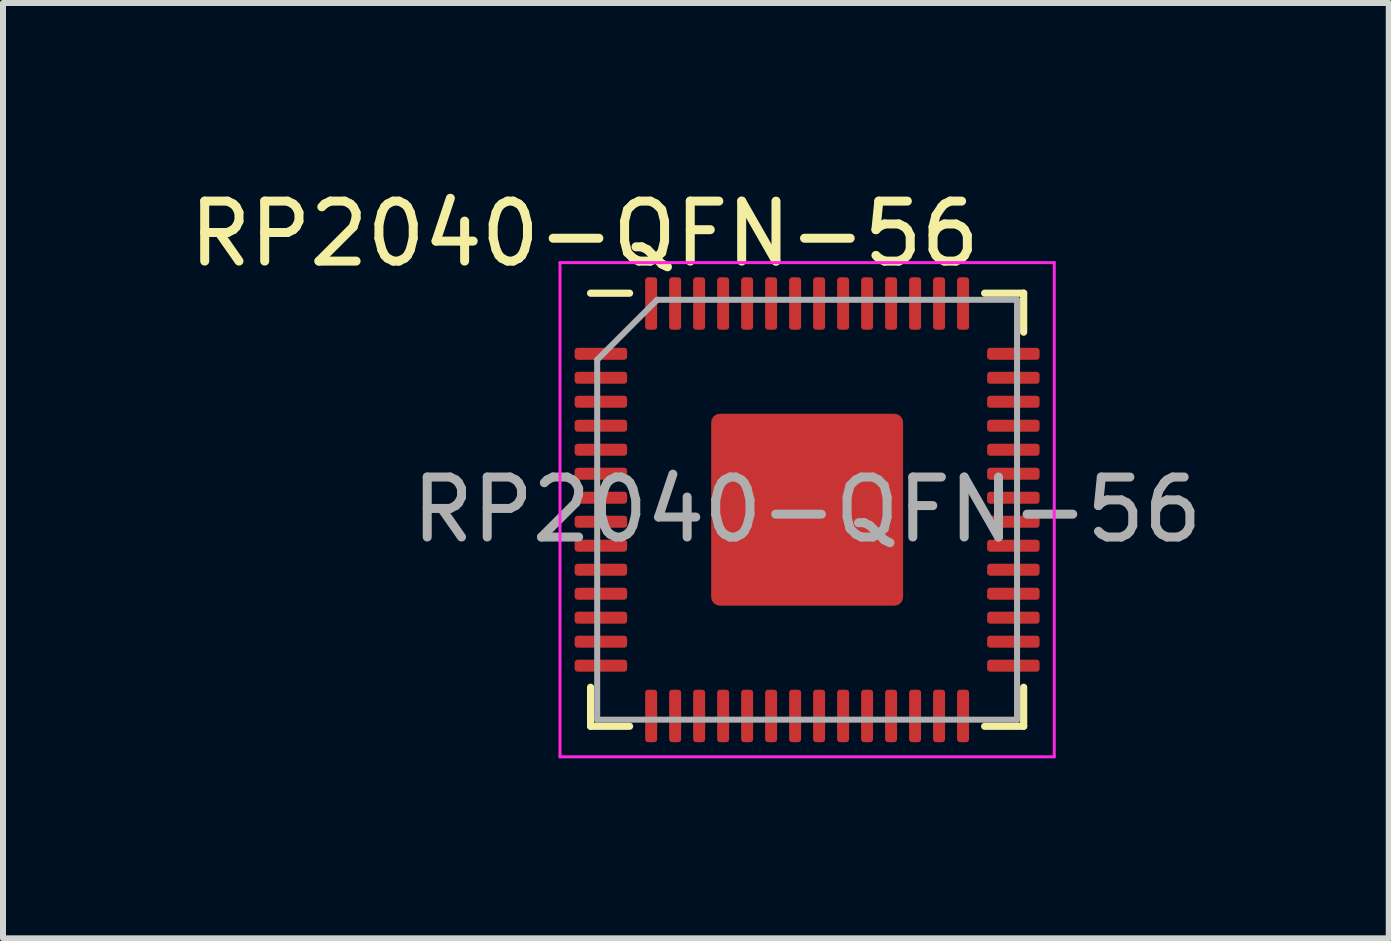
<source format=kicad_pcb>
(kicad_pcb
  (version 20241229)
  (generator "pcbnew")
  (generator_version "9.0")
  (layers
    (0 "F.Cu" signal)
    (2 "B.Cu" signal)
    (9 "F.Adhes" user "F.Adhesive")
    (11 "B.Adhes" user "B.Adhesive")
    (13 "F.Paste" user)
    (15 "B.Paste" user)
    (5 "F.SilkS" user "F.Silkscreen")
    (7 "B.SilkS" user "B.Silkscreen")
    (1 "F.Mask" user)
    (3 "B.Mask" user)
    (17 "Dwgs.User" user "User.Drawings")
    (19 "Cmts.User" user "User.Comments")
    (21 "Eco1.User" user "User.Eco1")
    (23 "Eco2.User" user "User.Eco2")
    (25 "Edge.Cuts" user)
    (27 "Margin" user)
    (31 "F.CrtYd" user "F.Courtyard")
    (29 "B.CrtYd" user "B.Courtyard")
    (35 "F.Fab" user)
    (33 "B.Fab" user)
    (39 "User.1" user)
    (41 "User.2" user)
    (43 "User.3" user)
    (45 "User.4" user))
  (footprint "RP2040-QFN-56"
    (layer "F.Cu")
    (at 10.406 5.448)
    (property "Reference" "RP2040-QFN-56" (at -3.71 -4.6 0) (layer "F.SilkS") (effects (font (size 1 1) (thickness 0.15))))
    (attr smd)
    (fp_line (start -3.61 3.61) (end -3.61 2.96) (stroke (width 0.12) (type solid)) (layer "F.SilkS"))
    (fp_line (start -2.96 -3.61) (end -3.61 -3.61) (stroke (width 0.12) (type solid)) (layer "F.SilkS"))
    (fp_line (start -2.96 3.61) (end -3.61 3.61) (stroke (width 0.12) (type solid)) (layer "F.SilkS"))
    (fp_line (start 2.96 -3.61) (end 3.61 -3.61) (stroke (width 0.12) (type solid)) (layer "F.SilkS"))
    (fp_line (start 2.96 3.61) (end 3.61 3.61) (stroke (width 0.12) (type solid)) (layer "F.SilkS"))
    (fp_line (start 3.61 -3.61) (end 3.61 -2.96) (stroke (width 0.12) (type solid)) (layer "F.SilkS"))
    (fp_line (start 3.61 3.61) (end 3.61 2.96) (stroke (width 0.12) (type solid)) (layer "F.SilkS"))
    (fp_line (start -4.12 -4.12) (end -4.12 4.12) (stroke (width 0.05) (type solid)) (layer "F.CrtYd"))
    (fp_line (start -4.12 4.12) (end 4.12 4.12) (stroke (width 0.05) (type solid)) (layer "F.CrtYd"))
    (fp_line (start 4.12 -4.12) (end -4.12 -4.12) (stroke (width 0.05) (type solid)) (layer "F.CrtYd"))
    (fp_line (start 4.12 4.12) (end 4.12 -4.12) (stroke (width 0.05) (type solid)) (layer "F.CrtYd"))
    (fp_line (start -3.5 -2.5) (end -2.5 -3.5) (stroke (width 0.1) (type solid)) (layer "F.Fab"))
    (fp_line (start -3.5 3.5) (end -3.5 -2.5) (stroke (width 0.1) (type solid)) (layer "F.Fab"))
    (fp_line (start -2.5 -3.5) (end 3.5 -3.5) (stroke (width 0.1) (type solid)) (layer "F.Fab"))
    (fp_line (start 3.5 -3.5) (end 3.5 3.5) (stroke (width 0.1) (type solid)) (layer "F.Fab"))
    (fp_line (start 3.5 3.5) (end -3.5 3.5) (stroke (width 0.1) (type solid)) (layer "F.Fab"))
    (fp_text user "${REFERENCE}" (at 0 0 0) (layer "F.Fab") (effects (font (size 1 1) (thickness 0.15))))
    (pad "" smd roundrect (at -0.637 -0.637) (size 1.084 1.084) (layers "F.Paste") (roundrect_rratio 0.231))
    (pad "" smd roundrect (at -0.637 0.637) (size 1.084 1.084) (layers "F.Paste") (roundrect_rratio 0.231))
    (pad "" smd roundrect (at 0.637 -0.637) (size 1.084 1.084) (layers "F.Paste") (roundrect_rratio 0.231))
    (pad "" smd roundrect (at 0.637 0.637) (size 1.084 1.084) (layers "F.Paste") (roundrect_rratio 0.231))
    (pad "1" smd roundrect (at -3.438 -2.6) (size 0.875 0.2) (layers "F.Cu" "F.Mask" "F.Paste") (roundrect_rratio 0.25))
    (pad "2" smd roundrect (at -3.438 -2.2) (size 0.875 0.2) (layers "F.Cu" "F.Mask" "F.Paste") (roundrect_rratio 0.25))
    (pad "3" smd roundrect (at -3.438 -1.8) (size 0.875 0.2) (layers "F.Cu" "F.Mask" "F.Paste") (roundrect_rratio 0.25))
    (pad "4" smd roundrect (at -3.438 -1.4) (size 0.875 0.2) (layers "F.Cu" "F.Mask" "F.Paste") (roundrect_rratio 0.25))
    (pad "5" smd roundrect (at -3.438 -1) (size 0.875 0.2) (layers "F.Cu" "F.Mask" "F.Paste") (roundrect_rratio 0.25))
    (pad "6" smd roundrect (at -3.438 -0.6) (size 0.875 0.2) (layers "F.Cu" "F.Mask" "F.Paste") (roundrect_rratio 0.25))
    (pad "7" smd roundrect (at -3.438 -0.2) (size 0.875 0.2) (layers "F.Cu" "F.Mask" "F.Paste") (roundrect_rratio 0.25))
    (pad "8" smd roundrect (at -3.438 0.2) (size 0.875 0.2) (layers "F.Cu" "F.Mask" "F.Paste") (roundrect_rratio 0.25))
    (pad "9" smd roundrect (at -3.438 0.6) (size 0.875 0.2) (layers "F.Cu" "F.Mask" "F.Paste") (roundrect_rratio 0.25))
    (pad "10" smd roundrect (at -3.438 1) (size 0.875 0.2) (layers "F.Cu" "F.Mask" "F.Paste") (roundrect_rratio 0.25))
    (pad "11" smd roundrect (at -3.438 1.4) (size 0.875 0.2) (layers "F.Cu" "F.Mask" "F.Paste") (roundrect_rratio 0.25))
    (pad "12" smd roundrect (at -3.438 1.8) (size 0.875 0.2) (layers "F.Cu" "F.Mask" "F.Paste") (roundrect_rratio 0.25))
    (pad "13" smd roundrect (at -3.438 2.2) (size 0.875 0.2) (layers "F.Cu" "F.Mask" "F.Paste") (roundrect_rratio 0.25))
    (pad "14" smd roundrect (at -3.438 2.6) (size 0.875 0.2) (layers "F.Cu" "F.Mask" "F.Paste") (roundrect_rratio 0.25))
    (pad "15" smd roundrect (at -2.6 3.438) (size 0.2 0.875) (layers "F.Cu" "F.Mask" "F.Paste") (roundrect_rratio 0.25))
    (pad "16" smd roundrect (at -2.2 3.438) (size 0.2 0.875) (layers "F.Cu" "F.Mask" "F.Paste") (roundrect_rratio 0.25))
    (pad "17" smd roundrect (at -1.8 3.438) (size 0.2 0.875) (layers "F.Cu" "F.Mask" "F.Paste") (roundrect_rratio 0.25))
    (pad "18" smd roundrect (at -1.4 3.438) (size 0.2 0.875) (layers "F.Cu" "F.Mask" "F.Paste") (roundrect_rratio 0.25))
    (pad "19" smd roundrect (at -1 3.438) (size 0.2 0.875) (layers "F.Cu" "F.Mask" "F.Paste") (roundrect_rratio 0.25))
    (pad "20" smd roundrect (at -0.6 3.438) (size 0.2 0.875) (layers "F.Cu" "F.Mask" "F.Paste") (roundrect_rratio 0.25))
    (pad "21" smd roundrect (at -0.2 3.438) (size 0.2 0.875) (layers "F.Cu" "F.Mask" "F.Paste") (roundrect_rratio 0.25))
    (pad "22" smd roundrect (at 0.2 3.438) (size 0.2 0.875) (layers "F.Cu" "F.Mask" "F.Paste") (roundrect_rratio 0.25))
    (pad "23" smd roundrect (at 0.6 3.438) (size 0.2 0.875) (layers "F.Cu" "F.Mask" "F.Paste") (roundrect_rratio 0.25))
    (pad "24" smd roundrect (at 1 3.438) (size 0.2 0.875) (layers "F.Cu" "F.Mask" "F.Paste") (roundrect_rratio 0.25))
    (pad "25" smd roundrect (at 1.4 3.438) (size 0.2 0.875) (layers "F.Cu" "F.Mask" "F.Paste") (roundrect_rratio 0.25))
    (pad "26" smd roundrect (at 1.8 3.438) (size 0.2 0.875) (layers "F.Cu" "F.Mask" "F.Paste") (roundrect_rratio 0.25))
    (pad "27" smd roundrect (at 2.2 3.438) (size 0.2 0.875) (layers "F.Cu" "F.Mask" "F.Paste") (roundrect_rratio 0.25))
    (pad "28" smd roundrect (at 2.6 3.438) (size 0.2 0.875) (layers "F.Cu" "F.Mask" "F.Paste") (roundrect_rratio 0.25))
    (pad "29" smd roundrect (at 3.438 2.6) (size 0.875 0.2) (layers "F.Cu" "F.Mask" "F.Paste") (roundrect_rratio 0.25))
    (pad "30" smd roundrect (at 3.438 2.2) (size 0.875 0.2) (layers "F.Cu" "F.Mask" "F.Paste") (roundrect_rratio 0.25))
    (pad "31" smd roundrect (at 3.438 1.8) (size 0.875 0.2) (layers "F.Cu" "F.Mask" "F.Paste") (roundrect_rratio 0.25))
    (pad "32" smd roundrect (at 3.438 1.4) (size 0.875 0.2) (layers "F.Cu" "F.Mask" "F.Paste") (roundrect_rratio 0.25))
    (pad "33" smd roundrect (at 3.438 1) (size 0.875 0.2) (layers "F.Cu" "F.Mask" "F.Paste") (roundrect_rratio 0.25))
    (pad "34" smd roundrect (at 3.438 0.6) (size 0.875 0.2) (layers "F.Cu" "F.Mask" "F.Paste") (roundrect_rratio 0.25))
    (pad "35" smd roundrect (at 3.438 0.2) (size 0.875 0.2) (layers "F.Cu" "F.Mask" "F.Paste") (roundrect_rratio 0.25))
    (pad "36" smd roundrect (at 3.438 -0.2) (size 0.875 0.2) (layers "F.Cu" "F.Mask" "F.Paste") (roundrect_rratio 0.25))
    (pad "37" smd roundrect (at 3.438 -0.6) (size 0.875 0.2) (layers "F.Cu" "F.Mask" "F.Paste") (roundrect_rratio 0.25))
    (pad "38" smd roundrect (at 3.438 -1) (size 0.875 0.2) (layers "F.Cu" "F.Mask" "F.Paste") (roundrect_rratio 0.25))
    (pad "39" smd roundrect (at 3.438 -1.4) (size 0.875 0.2) (layers "F.Cu" "F.Mask" "F.Paste") (roundrect_rratio 0.25))
    (pad "40" smd roundrect (at 3.438 -1.8) (size 0.875 0.2) (layers "F.Cu" "F.Mask" "F.Paste") (roundrect_rratio 0.25))
    (pad "41" smd roundrect (at 3.438 -2.2) (size 0.875 0.2) (layers "F.Cu" "F.Mask" "F.Paste") (roundrect_rratio 0.25))
    (pad "42" smd roundrect (at 3.438 -2.6) (size 0.875 0.2) (layers "F.Cu" "F.Mask" "F.Paste") (roundrect_rratio 0.25))
    (pad "43" smd roundrect (at 2.6 -3.438) (size 0.2 0.875) (layers "F.Cu" "F.Mask" "F.Paste") (roundrect_rratio 0.25))
    (pad "44" smd roundrect (at 2.2 -3.438) (size 0.2 0.875) (layers "F.Cu" "F.Mask" "F.Paste") (roundrect_rratio 0.25))
    (pad "45" smd roundrect (at 1.8 -3.438) (size 0.2 0.875) (layers "F.Cu" "F.Mask" "F.Paste") (roundrect_rratio 0.25))
    (pad "46" smd roundrect (at 1.4 -3.438) (size 0.2 0.875) (layers "F.Cu" "F.Mask" "F.Paste") (roundrect_rratio 0.25))
    (pad "47" smd roundrect (at 1 -3.438) (size 0.2 0.875) (layers "F.Cu" "F.Mask" "F.Paste") (roundrect_rratio 0.25))
    (pad "48" smd roundrect (at 0.6 -3.438) (size 0.2 0.875) (layers "F.Cu" "F.Mask" "F.Paste") (roundrect_rratio 0.25))
    (pad "49" smd roundrect (at 0.2 -3.438) (size 0.2 0.875) (layers "F.Cu" "F.Mask" "F.Paste") (roundrect_rratio 0.25))
    (pad "50" smd roundrect (at -0.2 -3.438) (size 0.2 0.875) (layers "F.Cu" "F.Mask" "F.Paste") (roundrect_rratio 0.25))
    (pad "51" smd roundrect (at -0.6 -3.438) (size 0.2 0.875) (layers "F.Cu" "F.Mask" "F.Paste") (roundrect_rratio 0.25))
    (pad "52" smd roundrect (at -1 -3.438) (size 0.2 0.875) (layers "F.Cu" "F.Mask" "F.Paste") (roundrect_rratio 0.25))
    (pad "53" smd roundrect (at -1.4 -3.438) (size 0.2 0.875) (layers "F.Cu" "F.Mask" "F.Paste") (roundrect_rratio 0.25))
    (pad "54" smd roundrect (at -1.8 -3.438) (size 0.2 0.875) (layers "F.Cu" "F.Mask" "F.Paste") (roundrect_rratio 0.25))
    (pad "55" smd roundrect (at -2.2 -3.438) (size 0.2 0.875) (layers "F.Cu" "F.Mask" "F.Paste") (roundrect_rratio 0.25))
    (pad "56" smd roundrect (at -2.6 -3.438) (size 0.2 0.875) (layers "F.Cu" "F.Mask" "F.Paste") (roundrect_rratio 0.25))
    (pad "57" smd roundrect (at 0 0) (size 3.2 3.2) (layers "F.Cu" "F.Mask") (roundrect_rratio 0.045)))
  (gr_rect
    (start -3 -3)
    (end 20.103 12.593)
    (stroke (width 0.1) (type default))
    (fill no)
    (layer "Edge.Cuts")))
</source>
